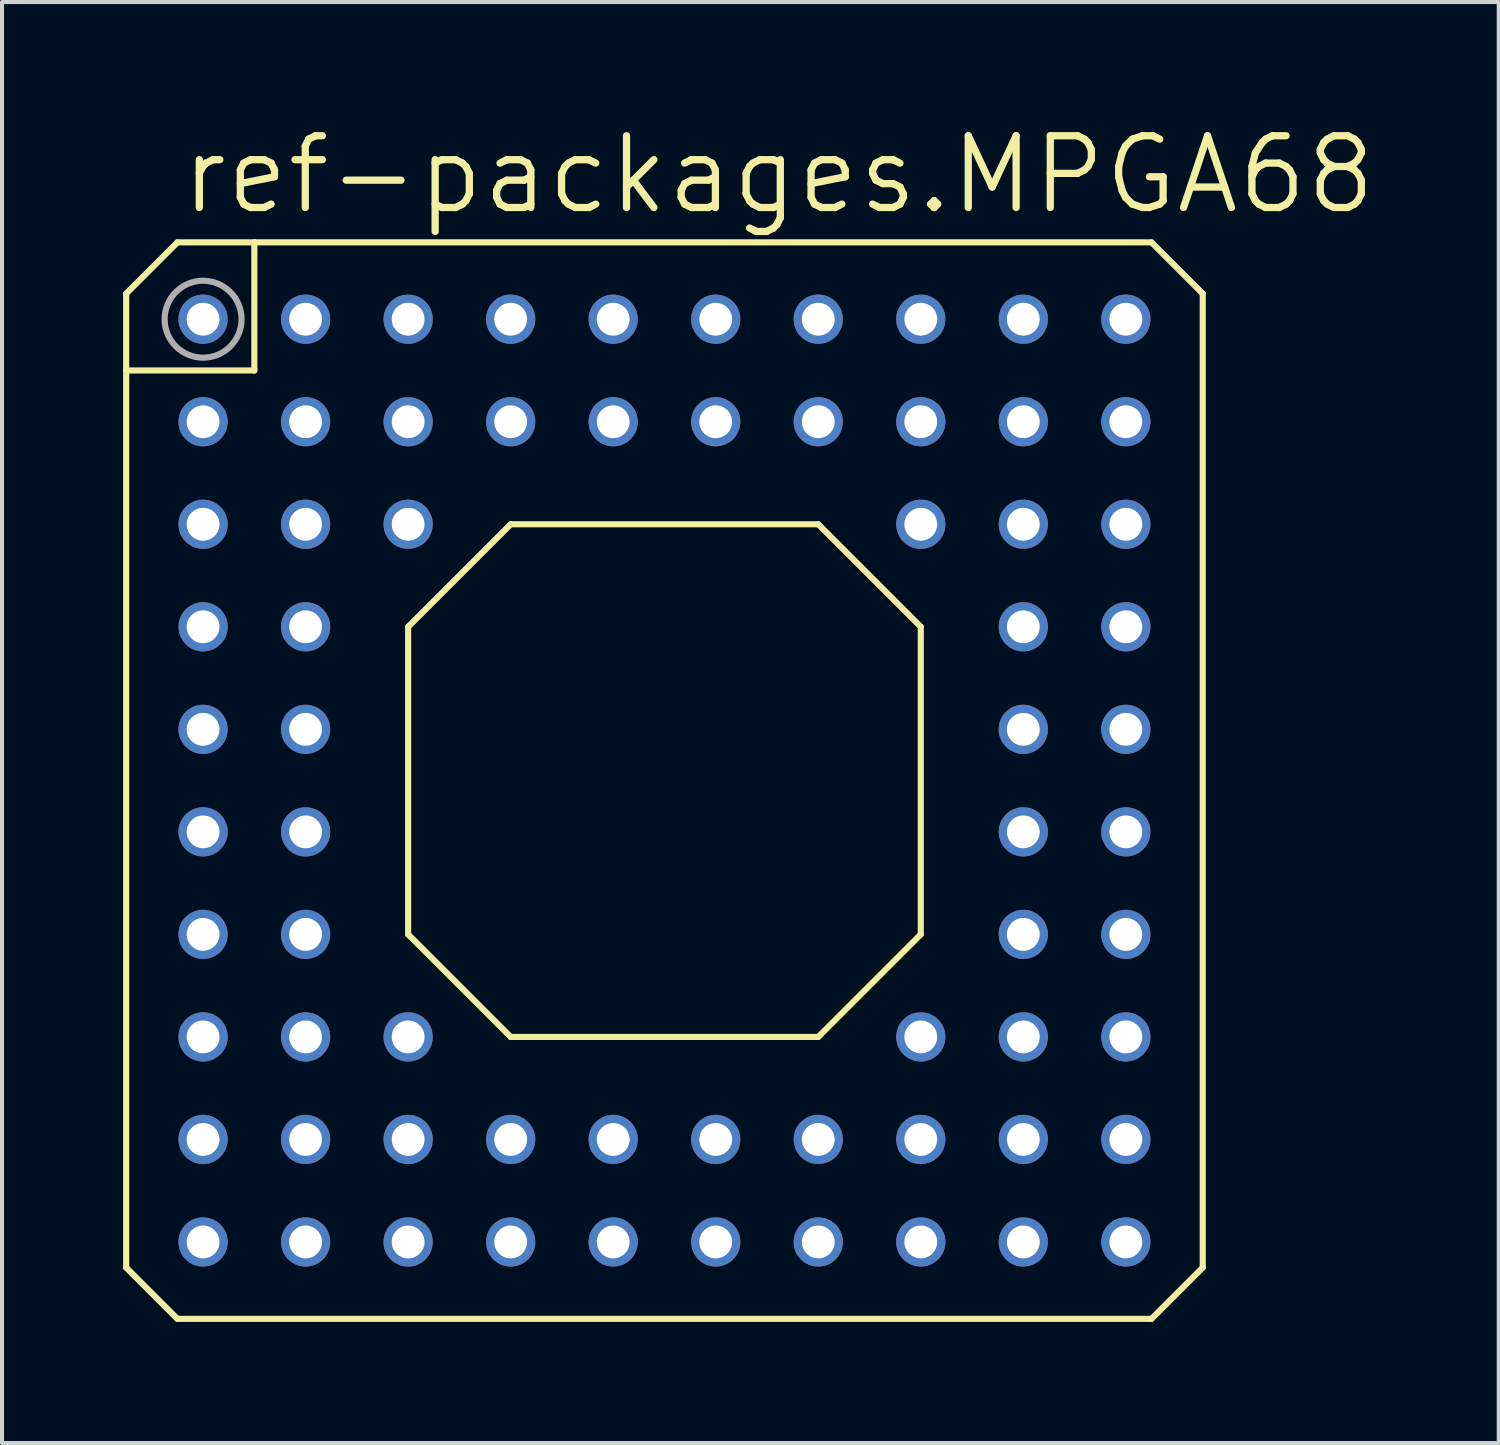
<source format=kicad_pcb>
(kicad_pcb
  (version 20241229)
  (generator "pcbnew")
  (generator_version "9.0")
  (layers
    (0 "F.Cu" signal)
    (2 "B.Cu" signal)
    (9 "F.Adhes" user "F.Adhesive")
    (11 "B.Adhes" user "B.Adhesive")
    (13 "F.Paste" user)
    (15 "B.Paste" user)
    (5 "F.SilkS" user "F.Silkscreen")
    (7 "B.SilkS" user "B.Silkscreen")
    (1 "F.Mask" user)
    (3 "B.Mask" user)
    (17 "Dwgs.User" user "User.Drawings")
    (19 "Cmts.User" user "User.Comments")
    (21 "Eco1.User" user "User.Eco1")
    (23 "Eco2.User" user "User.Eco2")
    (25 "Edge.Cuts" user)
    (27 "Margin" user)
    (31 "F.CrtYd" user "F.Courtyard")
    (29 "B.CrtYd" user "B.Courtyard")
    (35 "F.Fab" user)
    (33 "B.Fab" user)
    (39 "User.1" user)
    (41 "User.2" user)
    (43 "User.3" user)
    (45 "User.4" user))
  (footprint "ref-packages.MPGA68"
    (layer "F.Cu")
    (at 13.411 16.288)
    (property "Reference" "ref-packages.MPGA68" (at -12.065 -13.97 0) (layer "F.SilkS") (effects (font (size 1.778 1.778) (thickness 0.18)) (justify left bottom)))
    (attr through_hole)
    (fp_line (start -13.335 -12.065) (end -13.335 -10.16) (stroke (width 0.152) (type default)) (layer "F.SilkS"))
    (fp_line (start -13.335 -10.16) (end -13.335 12.065) (stroke (width 0.152) (type default)) (layer "F.SilkS"))
    (fp_line (start -13.335 -10.16) (end -10.16 -10.16) (stroke (width 0.152) (type default)) (layer "F.SilkS"))
    (fp_line (start -12.065 -13.335) (end -13.335 -12.065) (stroke (width 0.152) (type default)) (layer "F.SilkS"))
    (fp_line (start -12.065 13.335) (end -13.335 12.065) (stroke (width 0.152) (type default)) (layer "F.SilkS"))
    (fp_line (start -10.16 -13.335) (end -12.065 -13.335) (stroke (width 0.152) (type default)) (layer "F.SilkS"))
    (fp_line (start -10.16 -10.16) (end -10.16 -13.335) (stroke (width 0.152) (type default)) (layer "F.SilkS"))
    (fp_line (start -6.35 -3.81) (end -3.81 -6.35) (stroke (width 0.152) (type default)) (layer "F.SilkS"))
    (fp_line (start -6.35 3.81) (end -6.35 -3.81) (stroke (width 0.152) (type default)) (layer "F.SilkS"))
    (fp_line (start -3.81 -6.35) (end 3.81 -6.35) (stroke (width 0.152) (type default)) (layer "F.SilkS"))
    (fp_line (start -3.81 6.35) (end -6.35 3.81) (stroke (width 0.152) (type default)) (layer "F.SilkS"))
    (fp_line (start 3.81 -6.35) (end 6.35 -3.81) (stroke (width 0.152) (type default)) (layer "F.SilkS"))
    (fp_line (start 3.81 6.35) (end -3.81 6.35) (stroke (width 0.152) (type default)) (layer "F.SilkS"))
    (fp_line (start 6.35 -3.81) (end 6.35 3.81) (stroke (width 0.152) (type default)) (layer "F.SilkS"))
    (fp_line (start 6.35 3.81) (end 3.81 6.35) (stroke (width 0.152) (type default)) (layer "F.SilkS"))
    (fp_line (start 12.065 -13.335) (end -10.16 -13.335) (stroke (width 0.152) (type default)) (layer "F.SilkS"))
    (fp_line (start 12.065 13.335) (end -12.065 13.335) (stroke (width 0.152) (type default)) (layer "F.SilkS"))
    (fp_line (start 13.335 -12.065) (end 12.065 -13.335) (stroke (width 0.152) (type default)) (layer "F.SilkS"))
    (fp_line (start 13.335 12.065) (end 12.065 13.335) (stroke (width 0.152) (type default)) (layer "F.SilkS"))
    (fp_line (start 13.335 12.065) (end 13.335 -12.065) (stroke (width 0.152) (type default)) (layer "F.SilkS"))
    (fp_circle (center -11.43 -11.43) (end -10.477 -11.43) (stroke (width 0.152) (type default)) (fill no) (layer "F.Fab"))
    (pad "A01" thru_hole circle (at -11.43 -11.43) (size 1.219 1.219) (drill 0.813) (layers "*.Cu" "*.Mask"))
    (pad "A02" thru_hole circle (at -8.89 -11.43) (size 1.219 1.219) (drill 0.813) (layers "*.Cu" "*.Mask"))
    (pad "A03" thru_hole circle (at -6.35 -11.43) (size 1.219 1.219) (drill 0.813) (layers "*.Cu" "*.Mask"))
    (pad "A04" thru_hole circle (at -3.81 -11.43) (size 1.219 1.219) (drill 0.813) (layers "*.Cu" "*.Mask"))
    (pad "A05" thru_hole circle (at -1.27 -11.43) (size 1.219 1.219) (drill 0.813) (layers "*.Cu" "*.Mask"))
    (pad "A06" thru_hole circle (at 1.27 -11.43) (size 1.219 1.219) (drill 0.813) (layers "*.Cu" "*.Mask"))
    (pad "A07" thru_hole circle (at 3.81 -11.43) (size 1.219 1.219) (drill 0.813) (layers "*.Cu" "*.Mask"))
    (pad "A08" thru_hole circle (at 6.35 -11.43) (size 1.219 1.219) (drill 0.813) (layers "*.Cu" "*.Mask"))
    (pad "A09" thru_hole circle (at 8.89 -11.43) (size 1.219 1.219) (drill 0.813) (layers "*.Cu" "*.Mask"))
    (pad "A10" thru_hole circle (at 11.43 -11.43) (size 1.219 1.219) (drill 0.813) (layers "*.Cu" "*.Mask"))
    (pad "B01" thru_hole circle (at -11.43 -8.89) (size 1.219 1.219) (drill 0.813) (layers "*.Cu" "*.Mask"))
    (pad "B02" thru_hole circle (at -8.89 -8.89) (size 1.219 1.219) (drill 0.813) (layers "*.Cu" "*.Mask"))
    (pad "B03" thru_hole circle (at -6.35 -8.89) (size 1.219 1.219) (drill 0.813) (layers "*.Cu" "*.Mask"))
    (pad "B04" thru_hole circle (at -3.81 -8.89) (size 1.219 1.219) (drill 0.813) (layers "*.Cu" "*.Mask"))
    (pad "B05" thru_hole circle (at -1.27 -8.89) (size 1.219 1.219) (drill 0.813) (layers "*.Cu" "*.Mask"))
    (pad "B06" thru_hole circle (at 1.27 -8.89) (size 1.219 1.219) (drill 0.813) (layers "*.Cu" "*.Mask"))
    (pad "B07" thru_hole circle (at 3.81 -8.89) (size 1.219 1.219) (drill 0.813) (layers "*.Cu" "*.Mask"))
    (pad "B08" thru_hole circle (at 6.35 -8.89) (size 1.219 1.219) (drill 0.813) (layers "*.Cu" "*.Mask"))
    (pad "B09" thru_hole circle (at 8.89 -8.89) (size 1.219 1.219) (drill 0.813) (layers "*.Cu" "*.Mask"))
    (pad "B10" thru_hole circle (at 11.43 -8.89) (size 1.219 1.219) (drill 0.813) (layers "*.Cu" "*.Mask"))
    (pad "C01" thru_hole circle (at -11.43 -6.35) (size 1.219 1.219) (drill 0.813) (layers "*.Cu" "*.Mask"))
    (pad "C02" thru_hole circle (at -8.89 -6.35) (size 1.219 1.219) (drill 0.813) (layers "*.Cu" "*.Mask"))
    (pad "C03" thru_hole circle (at -6.35 -6.35) (size 1.219 1.219) (drill 0.813) (layers "*.Cu" "*.Mask"))
    (pad "C08" thru_hole circle (at 6.35 -6.35) (size 1.219 1.219) (drill 0.813) (layers "*.Cu" "*.Mask"))
    (pad "C09" thru_hole circle (at 8.89 -6.35) (size 1.219 1.219) (drill 0.813) (layers "*.Cu" "*.Mask"))
    (pad "C10" thru_hole circle (at 11.43 -6.35) (size 1.219 1.219) (drill 0.813) (layers "*.Cu" "*.Mask"))
    (pad "D01" thru_hole circle (at -11.43 -3.81) (size 1.219 1.219) (drill 0.813) (layers "*.Cu" "*.Mask"))
    (pad "D02" thru_hole circle (at -8.89 -3.81) (size 1.219 1.219) (drill 0.813) (layers "*.Cu" "*.Mask"))
    (pad "D09" thru_hole circle (at 8.89 -3.81) (size 1.219 1.219) (drill 0.813) (layers "*.Cu" "*.Mask"))
    (pad "D10" thru_hole circle (at 11.43 -3.81) (size 1.219 1.219) (drill 0.813) (layers "*.Cu" "*.Mask"))
    (pad "E01" thru_hole circle (at -11.43 -1.27) (size 1.219 1.219) (drill 0.813) (layers "*.Cu" "*.Mask"))
    (pad "E02" thru_hole circle (at -8.89 -1.27) (size 1.219 1.219) (drill 0.813) (layers "*.Cu" "*.Mask"))
    (pad "E09" thru_hole circle (at 8.89 -1.27) (size 1.219 1.219) (drill 0.813) (layers "*.Cu" "*.Mask"))
    (pad "E10" thru_hole circle (at 11.43 -1.27) (size 1.219 1.219) (drill 0.813) (layers "*.Cu" "*.Mask"))
    (pad "F01" thru_hole circle (at -11.43 1.27) (size 1.219 1.219) (drill 0.813) (layers "*.Cu" "*.Mask"))
    (pad "F02" thru_hole circle (at -8.89 1.27) (size 1.219 1.219) (drill 0.813) (layers "*.Cu" "*.Mask"))
    (pad "F09" thru_hole circle (at 8.89 1.27) (size 1.219 1.219) (drill 0.813) (layers "*.Cu" "*.Mask"))
    (pad "F10" thru_hole circle (at 11.43 1.27) (size 1.219 1.219) (drill 0.813) (layers "*.Cu" "*.Mask"))
    (pad "G01" thru_hole circle (at -11.43 3.81) (size 1.219 1.219) (drill 0.813) (layers "*.Cu" "*.Mask"))
    (pad "G02" thru_hole circle (at -8.89 3.81) (size 1.219 1.219) (drill 0.813) (layers "*.Cu" "*.Mask"))
    (pad "G09" thru_hole circle (at 8.89 3.81) (size 1.219 1.219) (drill 0.813) (layers "*.Cu" "*.Mask"))
    (pad "G10" thru_hole circle (at 11.43 3.81) (size 1.219 1.219) (drill 0.813) (layers "*.Cu" "*.Mask"))
    (pad "H01" thru_hole circle (at -11.43 6.35) (size 1.219 1.219) (drill 0.813) (layers "*.Cu" "*.Mask"))
    (pad "H02" thru_hole circle (at -8.89 6.35) (size 1.219 1.219) (drill 0.813) (layers "*.Cu" "*.Mask"))
    (pad "H03" thru_hole circle (at -6.35 6.35) (size 1.219 1.219) (drill 0.813) (layers "*.Cu" "*.Mask"))
    (pad "H08" thru_hole circle (at 6.35 6.35) (size 1.219 1.219) (drill 0.813) (layers "*.Cu" "*.Mask"))
    (pad "H09" thru_hole circle (at 8.89 6.35) (size 1.219 1.219) (drill 0.813) (layers "*.Cu" "*.Mask"))
    (pad "H10" thru_hole circle (at 11.43 6.35) (size 1.219 1.219) (drill 0.813) (layers "*.Cu" "*.Mask"))
    (pad "J01" thru_hole circle (at -11.43 8.89) (size 1.219 1.219) (drill 0.813) (layers "*.Cu" "*.Mask"))
    (pad "J02" thru_hole circle (at -8.89 8.89) (size 1.219 1.219) (drill 0.813) (layers "*.Cu" "*.Mask"))
    (pad "J03" thru_hole circle (at -6.35 8.89) (size 1.219 1.219) (drill 0.813) (layers "*.Cu" "*.Mask"))
    (pad "J04" thru_hole circle (at -3.81 8.89) (size 1.219 1.219) (drill 0.813) (layers "*.Cu" "*.Mask"))
    (pad "J05" thru_hole circle (at -1.27 8.89) (size 1.219 1.219) (drill 0.813) (layers "*.Cu" "*.Mask"))
    (pad "J06" thru_hole circle (at 1.27 8.89) (size 1.219 1.219) (drill 0.813) (layers "*.Cu" "*.Mask"))
    (pad "J07" thru_hole circle (at 3.81 8.89) (size 1.219 1.219) (drill 0.813) (layers "*.Cu" "*.Mask"))
    (pad "J08" thru_hole circle (at 6.35 8.89) (size 1.219 1.219) (drill 0.813) (layers "*.Cu" "*.Mask"))
    (pad "J09" thru_hole circle (at 8.89 8.89) (size 1.219 1.219) (drill 0.813) (layers "*.Cu" "*.Mask"))
    (pad "J10" thru_hole circle (at 11.43 8.89) (size 1.219 1.219) (drill 0.813) (layers "*.Cu" "*.Mask"))
    (pad "K01" thru_hole circle (at -11.43 11.43) (size 1.219 1.219) (drill 0.813) (layers "*.Cu" "*.Mask"))
    (pad "K02" thru_hole circle (at -8.89 11.43) (size 1.219 1.219) (drill 0.813) (layers "*.Cu" "*.Mask"))
    (pad "K03" thru_hole circle (at -6.35 11.43) (size 1.219 1.219) (drill 0.813) (layers "*.Cu" "*.Mask"))
    (pad "K04" thru_hole circle (at -3.81 11.43) (size 1.219 1.219) (drill 0.813) (layers "*.Cu" "*.Mask"))
    (pad "K05" thru_hole circle (at -1.27 11.43) (size 1.219 1.219) (drill 0.813) (layers "*.Cu" "*.Mask"))
    (pad "K06" thru_hole circle (at 1.27 11.43) (size 1.219 1.219) (drill 0.813) (layers "*.Cu" "*.Mask"))
    (pad "K07" thru_hole circle (at 3.81 11.43) (size 1.219 1.219) (drill 0.813) (layers "*.Cu" "*.Mask"))
    (pad "K08" thru_hole circle (at 6.35 11.43) (size 1.219 1.219) (drill 0.813) (layers "*.Cu" "*.Mask"))
    (pad "K09" thru_hole circle (at 8.89 11.43) (size 1.219 1.219) (drill 0.813) (layers "*.Cu" "*.Mask"))
    (pad "K10" thru_hole circle (at 11.43 11.43) (size 1.219 1.219) (drill 0.813) (layers "*.Cu" "*.Mask")))
  (gr_rect
    (start -3 -3)
    (end 34.079 32.699)
    (stroke (width 0.1) (type default))
    (fill no)
    (layer "Edge.Cuts")))
</source>
